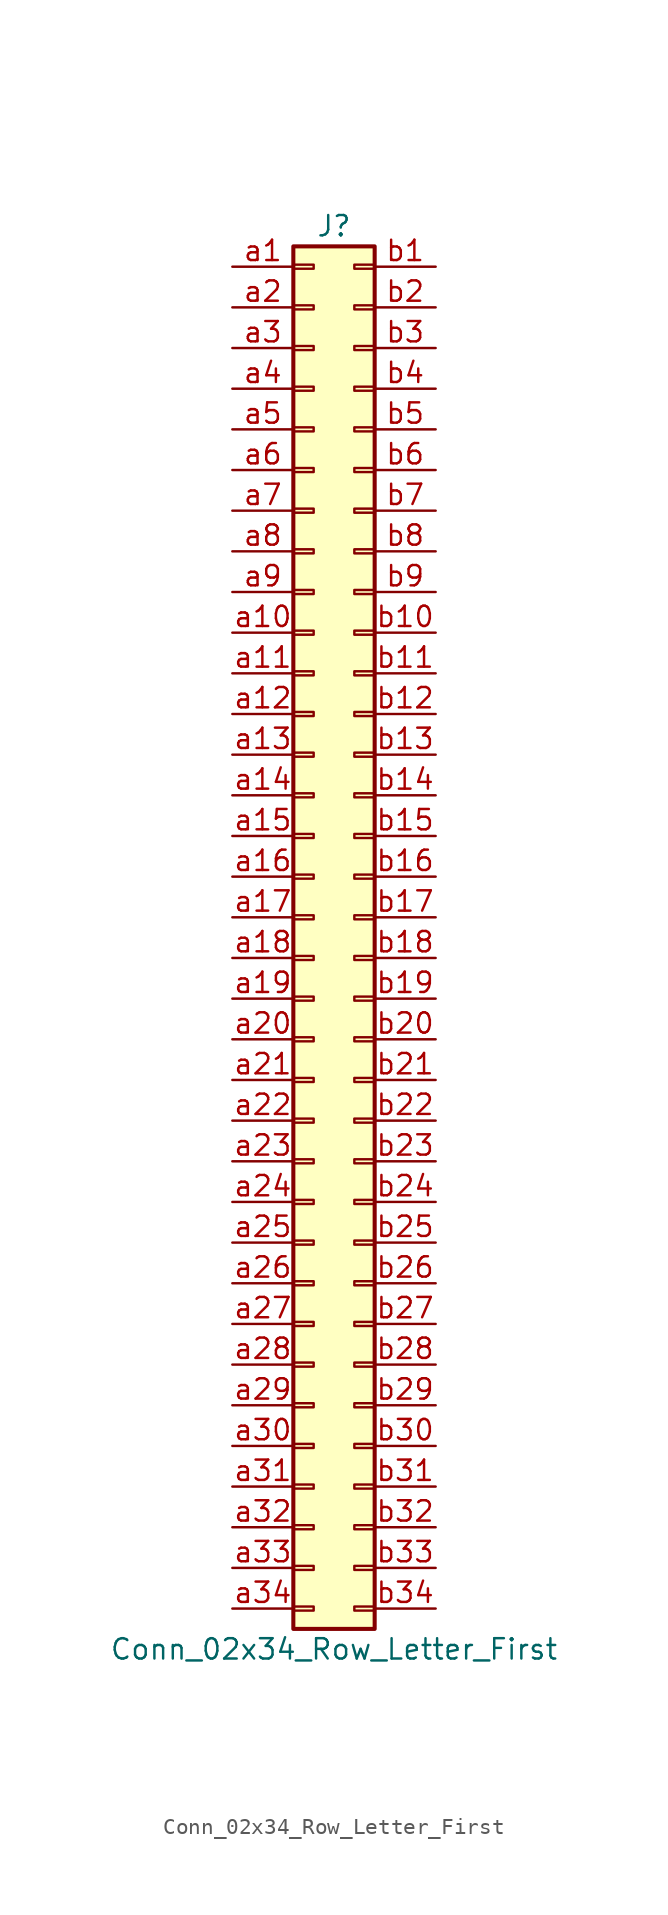
<source format=kicad_sym>
(kicad_symbol_lib
  (version 20201005)
  (generator kicad_symbol_editor)
  (symbol "Connector_Generic:Conn_02x34_Row_Letter_First"
    (pin_names
      (offset 1.016) hide)
    (property "Reference" "J"
      (at 1.27 43.18 0)
      (effects (font (size 1.27 1.27))))
    (property "Value" "Conn_02x34_Row_Letter_First"
      (at 1.27 -45.72 0)
      (effects (font (size 1.27 1.27))))
    (symbol "Conn_02x34_Row_Letter_First_1_1"
      (rectangle (start -1.27 -27.813) (end 0 -28.067) (stroke (width 0.152)) (fill (type none)))
      (rectangle (start -1.27 -30.353) (end 0 -30.607) (stroke (width 0.152)) (fill (type none)))
      (rectangle (start -1.27 -32.893) (end 0 -33.147) (stroke (width 0.152)) (fill (type none)))
      (rectangle (start -1.27 -35.433) (end 0 -35.687) (stroke (width 0.152)) (fill (type none)))
      (rectangle (start -1.27 -37.973) (end 0 -38.227) (stroke (width 0.152)) (fill (type none)))
      (rectangle (start -1.27 -40.513) (end 0 -40.767) (stroke (width 0.152)) (fill (type none)))
      (rectangle (start -1.27 -43.053) (end 0 -43.307) (stroke (width 0.152)) (fill (type none)))
      (rectangle (start -1.27 -4.953) (end 0 -5.207) (stroke (width 0.152)) (fill (type none)))
      (rectangle (start -1.27 -7.493) (end 0 -7.747) (stroke (width 0.152)) (fill (type none)))
      (rectangle (start -1.27 -10.033) (end 0 -10.287) (stroke (width 0.152)) (fill (type none)))
      (rectangle (start -1.27 -12.573) (end 0 -12.827) (stroke (width 0.152)) (fill (type none)))
      (rectangle (start -1.27 -15.113) (end 0 -15.367) (stroke (width 0.152)) (fill (type none)))
      (rectangle (start -1.27 -17.653) (end 0 -17.907) (stroke (width 0.152)) (fill (type none)))
      (rectangle (start -1.27 -20.193) (end 0 -20.447) (stroke (width 0.152)) (fill (type none)))
      (rectangle (start -1.27 -22.733) (end 0 -22.987) (stroke (width 0.152)) (fill (type none)))
      (rectangle (start -1.27 -2.413) (end 0 -2.667) (stroke (width 0.152)) (fill (type none)))
      (rectangle (start -1.27 -25.273) (end 0 -25.527) (stroke (width 0.152)) (fill (type none)))
      (rectangle (start -1.27 25.527) (end 0 25.273) (stroke (width 0.152)) (fill (type none)))
      (rectangle (start -1.27 2.667) (end 0 2.413) (stroke (width 0.152)) (fill (type none)))
      (rectangle (start -1.27 28.067) (end 0 27.813) (stroke (width 0.152)) (fill (type none)))
      (rectangle (start -1.27 30.607) (end 0 30.353) (stroke (width 0.152)) (fill (type none)))
      (rectangle (start -1.27 33.147) (end 0 32.893) (stroke (width 0.152)) (fill (type none)))
      (rectangle (start -1.27 35.687) (end 0 35.433) (stroke (width 0.152)) (fill (type none)))
      (rectangle (start -1.27 38.227) (end 0 37.973) (stroke (width 0.152)) (fill (type none)))
      (rectangle (start -1.27 40.767) (end 0 40.513) (stroke (width 0.152)) (fill (type none)))
      (rectangle (start -1.27 41.91) (end 3.81 -44.45) (stroke (width 0.254)) (fill (type background)))
      (rectangle (start -1.27 5.207) (end 0 4.953) (stroke (width 0.152)) (fill (type none)))
      (rectangle (start -1.27 7.747) (end 0 7.493) (stroke (width 0.152)) (fill (type none)))
      (rectangle (start -1.27 10.287) (end 0 10.033) (stroke (width 0.152)) (fill (type none)))
      (rectangle (start -1.27 0.127) (end 0 -0.127) (stroke (width 0.152)) (fill (type none)))
      (rectangle (start -1.27 12.827) (end 0 12.573) (stroke (width 0.152)) (fill (type none)))
      (rectangle (start -1.27 15.367) (end 0 15.113) (stroke (width 0.152)) (fill (type none)))
      (rectangle (start -1.27 17.907) (end 0 17.653) (stroke (width 0.152)) (fill (type none)))
      (rectangle (start -1.27 20.447) (end 0 20.193) (stroke (width 0.152)) (fill (type none)))
      (rectangle (start -1.27 22.987) (end 0 22.733) (stroke (width 0.152)) (fill (type none)))
      (rectangle (start 3.81 -27.813) (end 2.54 -28.067) (stroke (width 0.152)) (fill (type none)))
      (rectangle (start 3.81 -30.353) (end 2.54 -30.607) (stroke (width 0.152)) (fill (type none)))
      (rectangle (start 3.81 -32.893) (end 2.54 -33.147) (stroke (width 0.152)) (fill (type none)))
      (rectangle (start 3.81 -35.433) (end 2.54 -35.687) (stroke (width 0.152)) (fill (type none)))
      (rectangle (start 3.81 -37.973) (end 2.54 -38.227) (stroke (width 0.152)) (fill (type none)))
      (rectangle (start 3.81 -40.513) (end 2.54 -40.767) (stroke (width 0.152)) (fill (type none)))
      (rectangle (start 3.81 -43.053) (end 2.54 -43.307) (stroke (width 0.152)) (fill (type none)))
      (rectangle (start 3.81 -4.953) (end 2.54 -5.207) (stroke (width 0.152)) (fill (type none)))
      (rectangle (start 3.81 -7.493) (end 2.54 -7.747) (stroke (width 0.152)) (fill (type none)))
      (rectangle (start 3.81 -10.033) (end 2.54 -10.287) (stroke (width 0.152)) (fill (type none)))
      (rectangle (start 3.81 -12.573) (end 2.54 -12.827) (stroke (width 0.152)) (fill (type none)))
      (rectangle (start 3.81 -15.113) (end 2.54 -15.367) (stroke (width 0.152)) (fill (type none)))
      (rectangle (start 3.81 -17.653) (end 2.54 -17.907) (stroke (width 0.152)) (fill (type none)))
      (rectangle (start 3.81 -20.193) (end 2.54 -20.447) (stroke (width 0.152)) (fill (type none)))
      (rectangle (start 3.81 -22.733) (end 2.54 -22.987) (stroke (width 0.152)) (fill (type none)))
      (rectangle (start 3.81 -2.413) (end 2.54 -2.667) (stroke (width 0.152)) (fill (type none)))
      (rectangle (start 3.81 -25.273) (end 2.54 -25.527) (stroke (width 0.152)) (fill (type none)))
      (rectangle (start 3.81 25.527) (end 2.54 25.273) (stroke (width 0.152)) (fill (type none)))
      (rectangle (start 3.81 2.667) (end 2.54 2.413) (stroke (width 0.152)) (fill (type none)))
      (rectangle (start 3.81 28.067) (end 2.54 27.813) (stroke (width 0.152)) (fill (type none)))
      (rectangle (start 3.81 30.607) (end 2.54 30.353) (stroke (width 0.152)) (fill (type none)))
      (rectangle (start 3.81 33.147) (end 2.54 32.893) (stroke (width 0.152)) (fill (type none)))
      (rectangle (start 3.81 35.687) (end 2.54 35.433) (stroke (width 0.152)) (fill (type none)))
      (rectangle (start 3.81 38.227) (end 2.54 37.973) (stroke (width 0.152)) (fill (type none)))
      (rectangle (start 3.81 40.767) (end 2.54 40.513) (stroke (width 0.152)) (fill (type none)))
      (rectangle (start 3.81 5.207) (end 2.54 4.953) (stroke (width 0.152)) (fill (type none)))
      (rectangle (start 3.81 7.747) (end 2.54 7.493) (stroke (width 0.152)) (fill (type none)))
      (rectangle (start 3.81 10.287) (end 2.54 10.033) (stroke (width 0.152)) (fill (type none)))
      (rectangle (start 3.81 0.127) (end 2.54 -0.127) (stroke (width 0.152)) (fill (type none)))
      (rectangle (start 3.81 12.827) (end 2.54 12.573) (stroke (width 0.152)) (fill (type none)))
      (rectangle (start 3.81 15.367) (end 2.54 15.113) (stroke (width 0.152)) (fill (type none)))
      (rectangle (start 3.81 17.907) (end 2.54 17.653) (stroke (width 0.152)) (fill (type none)))
      (rectangle (start 3.81 20.447) (end 2.54 20.193) (stroke (width 0.152)) (fill (type none)))
      (rectangle (start 3.81 22.987) (end 2.54 22.733) (stroke (width 0.152)) (fill (type none)))
      (pin passive line (at -5.08 40.64 0) (length 3.81) (name "Pin_a1" (effects (font (size 1.27 1.27)))) (number "a1" (effects (font (size 1.27 1.27)))))
      (pin passive line (at -5.08 17.78 0) (length 3.81) (name "Pin_a10" (effects (font (size 1.27 1.27)))) (number "a10" (effects (font (size 1.27 1.27)))))
      (pin passive line (at -5.08 15.24 0) (length 3.81) (name "Pin_a11" (effects (font (size 1.27 1.27)))) (number "a11" (effects (font (size 1.27 1.27)))))
      (pin passive line (at -5.08 12.7 0) (length 3.81) (name "Pin_a12" (effects (font (size 1.27 1.27)))) (number "a12" (effects (font (size 1.27 1.27)))))
      (pin passive line (at -5.08 10.16 0) (length 3.81) (name "Pin_a13" (effects (font (size 1.27 1.27)))) (number "a13" (effects (font (size 1.27 1.27)))))
      (pin passive line (at -5.08 7.62 0) (length 3.81) (name "Pin_a14" (effects (font (size 1.27 1.27)))) (number "a14" (effects (font (size 1.27 1.27)))))
      (pin passive line (at -5.08 5.08 0) (length 3.81) (name "Pin_a15" (effects (font (size 1.27 1.27)))) (number "a15" (effects (font (size 1.27 1.27)))))
      (pin passive line (at -5.08 2.54 0) (length 3.81) (name "Pin_a16" (effects (font (size 1.27 1.27)))) (number "a16" (effects (font (size 1.27 1.27)))))
      (pin passive line (at -5.08 0 0) (length 3.81) (name "Pin_a17" (effects (font (size 1.27 1.27)))) (number "a17" (effects (font (size 1.27 1.27)))))
      (pin passive line (at -5.08 -2.54 0) (length 3.81) (name "Pin_a18" (effects (font (size 1.27 1.27)))) (number "a18" (effects (font (size 1.27 1.27)))))
      (pin passive line (at -5.08 -5.08 0) (length 3.81) (name "Pin_a19" (effects (font (size 1.27 1.27)))) (number "a19" (effects (font (size 1.27 1.27)))))
      (pin passive line (at -5.08 38.1 0) (length 3.81) (name "Pin_a2" (effects (font (size 1.27 1.27)))) (number "a2" (effects (font (size 1.27 1.27)))))
      (pin passive line (at -5.08 -7.62 0) (length 3.81) (name "Pin_a20" (effects (font (size 1.27 1.27)))) (number "a20" (effects (font (size 1.27 1.27)))))
      (pin passive line (at -5.08 -10.16 0) (length 3.81) (name "Pin_a21" (effects (font (size 1.27 1.27)))) (number "a21" (effects (font (size 1.27 1.27)))))
      (pin passive line (at -5.08 -12.7 0) (length 3.81) (name "Pin_a22" (effects (font (size 1.27 1.27)))) (number "a22" (effects (font (size 1.27 1.27)))))
      (pin passive line (at -5.08 -15.24 0) (length 3.81) (name "Pin_a23" (effects (font (size 1.27 1.27)))) (number "a23" (effects (font (size 1.27 1.27)))))
      (pin passive line (at -5.08 -17.78 0) (length 3.81) (name "Pin_a24" (effects (font (size 1.27 1.27)))) (number "a24" (effects (font (size 1.27 1.27)))))
      (pin passive line (at -5.08 -20.32 0) (length 3.81) (name "Pin_a25" (effects (font (size 1.27 1.27)))) (number "a25" (effects (font (size 1.27 1.27)))))
      (pin passive line (at -5.08 -22.86 0) (length 3.81) (name "Pin_a26" (effects (font (size 1.27 1.27)))) (number "a26" (effects (font (size 1.27 1.27)))))
      (pin passive line (at -5.08 -25.4 0) (length 3.81) (name "Pin_a27" (effects (font (size 1.27 1.27)))) (number "a27" (effects (font (size 1.27 1.27)))))
      (pin passive line (at -5.08 -27.94 0) (length 3.81) (name "Pin_a28" (effects (font (size 1.27 1.27)))) (number "a28" (effects (font (size 1.27 1.27)))))
      (pin passive line (at -5.08 -30.48 0) (length 3.81) (name "Pin_a29" (effects (font (size 1.27 1.27)))) (number "a29" (effects (font (size 1.27 1.27)))))
      (pin passive line (at -5.08 35.56 0) (length 3.81) (name "Pin_a3" (effects (font (size 1.27 1.27)))) (number "a3" (effects (font (size 1.27 1.27)))))
      (pin passive line (at -5.08 -33.02 0) (length 3.81) (name "Pin_a30" (effects (font (size 1.27 1.27)))) (number "a30" (effects (font (size 1.27 1.27)))))
      (pin passive line (at -5.08 -35.56 0) (length 3.81) (name "Pin_a31" (effects (font (size 1.27 1.27)))) (number "a31" (effects (font (size 1.27 1.27)))))
      (pin passive line (at -5.08 -38.1 0) (length 3.81) (name "Pin_a32" (effects (font (size 1.27 1.27)))) (number "a32" (effects (font (size 1.27 1.27)))))
      (pin passive line (at -5.08 -40.64 0) (length 3.81) (name "Pin_a33" (effects (font (size 1.27 1.27)))) (number "a33" (effects (font (size 1.27 1.27)))))
      (pin passive line (at -5.08 -43.18 0) (length 3.81) (name "Pin_a34" (effects (font (size 1.27 1.27)))) (number "a34" (effects (font (size 1.27 1.27)))))
      (pin passive line (at -5.08 33.02 0) (length 3.81) (name "Pin_a4" (effects (font (size 1.27 1.27)))) (number "a4" (effects (font (size 1.27 1.27)))))
      (pin passive line (at -5.08 30.48 0) (length 3.81) (name "Pin_a5" (effects (font (size 1.27 1.27)))) (number "a5" (effects (font (size 1.27 1.27)))))
      (pin passive line (at -5.08 27.94 0) (length 3.81) (name "Pin_a6" (effects (font (size 1.27 1.27)))) (number "a6" (effects (font (size 1.27 1.27)))))
      (pin passive line (at -5.08 25.4 0) (length 3.81) (name "Pin_a7" (effects (font (size 1.27 1.27)))) (number "a7" (effects (font (size 1.27 1.27)))))
      (pin passive line (at -5.08 22.86 0) (length 3.81) (name "Pin_a8" (effects (font (size 1.27 1.27)))) (number "a8" (effects (font (size 1.27 1.27)))))
      (pin passive line (at -5.08 20.32 0) (length 3.81) (name "Pin_a9" (effects (font (size 1.27 1.27)))) (number "a9" (effects (font (size 1.27 1.27)))))
      (pin passive line (at 7.62 40.64 180) (length 3.81) (name "Pin_b1" (effects (font (size 1.27 1.27)))) (number "b1" (effects (font (size 1.27 1.27)))))
      (pin passive line (at 7.62 17.78 180) (length 3.81) (name "Pin_b10" (effects (font (size 1.27 1.27)))) (number "b10" (effects (font (size 1.27 1.27)))))
      (pin passive line (at 7.62 15.24 180) (length 3.81) (name "Pin_b11" (effects (font (size 1.27 1.27)))) (number "b11" (effects (font (size 1.27 1.27)))))
      (pin passive line (at 7.62 12.7 180) (length 3.81) (name "Pin_b12" (effects (font (size 1.27 1.27)))) (number "b12" (effects (font (size 1.27 1.27)))))
      (pin passive line (at 7.62 10.16 180) (length 3.81) (name "Pin_b13" (effects (font (size 1.27 1.27)))) (number "b13" (effects (font (size 1.27 1.27)))))
      (pin passive line (at 7.62 7.62 180) (length 3.81) (name "Pin_b14" (effects (font (size 1.27 1.27)))) (number "b14" (effects (font (size 1.27 1.27)))))
      (pin passive line (at 7.62 5.08 180) (length 3.81) (name "Pin_b15" (effects (font (size 1.27 1.27)))) (number "b15" (effects (font (size 1.27 1.27)))))
      (pin passive line (at 7.62 2.54 180) (length 3.81) (name "Pin_b16" (effects (font (size 1.27 1.27)))) (number "b16" (effects (font (size 1.27 1.27)))))
      (pin passive line (at 7.62 0 180) (length 3.81) (name "Pin_b17" (effects (font (size 1.27 1.27)))) (number "b17" (effects (font (size 1.27 1.27)))))
      (pin passive line (at 7.62 -2.54 180) (length 3.81) (name "Pin_b18" (effects (font (size 1.27 1.27)))) (number "b18" (effects (font (size 1.27 1.27)))))
      (pin passive line (at 7.62 -5.08 180) (length 3.81) (name "Pin_b19" (effects (font (size 1.27 1.27)))) (number "b19" (effects (font (size 1.27 1.27)))))
      (pin passive line (at 7.62 38.1 180) (length 3.81) (name "Pin_b2" (effects (font (size 1.27 1.27)))) (number "b2" (effects (font (size 1.27 1.27)))))
      (pin passive line (at 7.62 -7.62 180) (length 3.81) (name "Pin_b20" (effects (font (size 1.27 1.27)))) (number "b20" (effects (font (size 1.27 1.27)))))
      (pin passive line (at 7.62 -10.16 180) (length 3.81) (name "Pin_b21" (effects (font (size 1.27 1.27)))) (number "b21" (effects (font (size 1.27 1.27)))))
      (pin passive line (at 7.62 -12.7 180) (length 3.81) (name "Pin_b22" (effects (font (size 1.27 1.27)))) (number "b22" (effects (font (size 1.27 1.27)))))
      (pin passive line (at 7.62 -15.24 180) (length 3.81) (name "Pin_b23" (effects (font (size 1.27 1.27)))) (number "b23" (effects (font (size 1.27 1.27)))))
      (pin passive line (at 7.62 -17.78 180) (length 3.81) (name "Pin_b24" (effects (font (size 1.27 1.27)))) (number "b24" (effects (font (size 1.27 1.27)))))
      (pin passive line (at 7.62 -20.32 180) (length 3.81) (name "Pin_b25" (effects (font (size 1.27 1.27)))) (number "b25" (effects (font (size 1.27 1.27)))))
      (pin passive line (at 7.62 -22.86 180) (length 3.81) (name "Pin_b26" (effects (font (size 1.27 1.27)))) (number "b26" (effects (font (size 1.27 1.27)))))
      (pin passive line (at 7.62 -25.4 180) (length 3.81) (name "Pin_b27" (effects (font (size 1.27 1.27)))) (number "b27" (effects (font (size 1.27 1.27)))))
      (pin passive line (at 7.62 -27.94 180) (length 3.81) (name "Pin_b28" (effects (font (size 1.27 1.27)))) (number "b28" (effects (font (size 1.27 1.27)))))
      (pin passive line (at 7.62 -30.48 180) (length 3.81) (name "Pin_b29" (effects (font (size 1.27 1.27)))) (number "b29" (effects (font (size 1.27 1.27)))))
      (pin passive line (at 7.62 35.56 180) (length 3.81) (name "Pin_b3" (effects (font (size 1.27 1.27)))) (number "b3" (effects (font (size 1.27 1.27)))))
      (pin passive line (at 7.62 -33.02 180) (length 3.81) (name "Pin_b30" (effects (font (size 1.27 1.27)))) (number "b30" (effects (font (size 1.27 1.27)))))
      (pin passive line (at 7.62 -35.56 180) (length 3.81) (name "Pin_b31" (effects (font (size 1.27 1.27)))) (number "b31" (effects (font (size 1.27 1.27)))))
      (pin passive line (at 7.62 -38.1 180) (length 3.81) (name "Pin_b32" (effects (font (size 1.27 1.27)))) (number "b32" (effects (font (size 1.27 1.27)))))
      (pin passive line (at 7.62 -40.64 180) (length 3.81) (name "Pin_b33" (effects (font (size 1.27 1.27)))) (number "b33" (effects (font (size 1.27 1.27)))))
      (pin passive line (at 7.62 -43.18 180) (length 3.81) (name "Pin_b34" (effects (font (size 1.27 1.27)))) (number "b34" (effects (font (size 1.27 1.27)))))
      (pin passive line (at 7.62 33.02 180) (length 3.81) (name "Pin_b4" (effects (font (size 1.27 1.27)))) (number "b4" (effects (font (size 1.27 1.27)))))
      (pin passive line (at 7.62 30.48 180) (length 3.81) (name "Pin_b5" (effects (font (size 1.27 1.27)))) (number "b5" (effects (font (size 1.27 1.27)))))
      (pin passive line (at 7.62 27.94 180) (length 3.81) (name "Pin_b6" (effects (font (size 1.27 1.27)))) (number "b6" (effects (font (size 1.27 1.27)))))
      (pin passive line (at 7.62 25.4 180) (length 3.81) (name "Pin_b7" (effects (font (size 1.27 1.27)))) (number "b7" (effects (font (size 1.27 1.27)))))
      (pin passive line (at 7.62 22.86 180) (length 3.81) (name "Pin_b8" (effects (font (size 1.27 1.27)))) (number "b8" (effects (font (size 1.27 1.27)))))
      (pin passive line (at 7.62 20.32 180) (length 3.81) (name "Pin_b9" (effects (font (size 1.27 1.27)))) (number "b9" (effects (font (size 1.27 1.27))))))))
</source>
